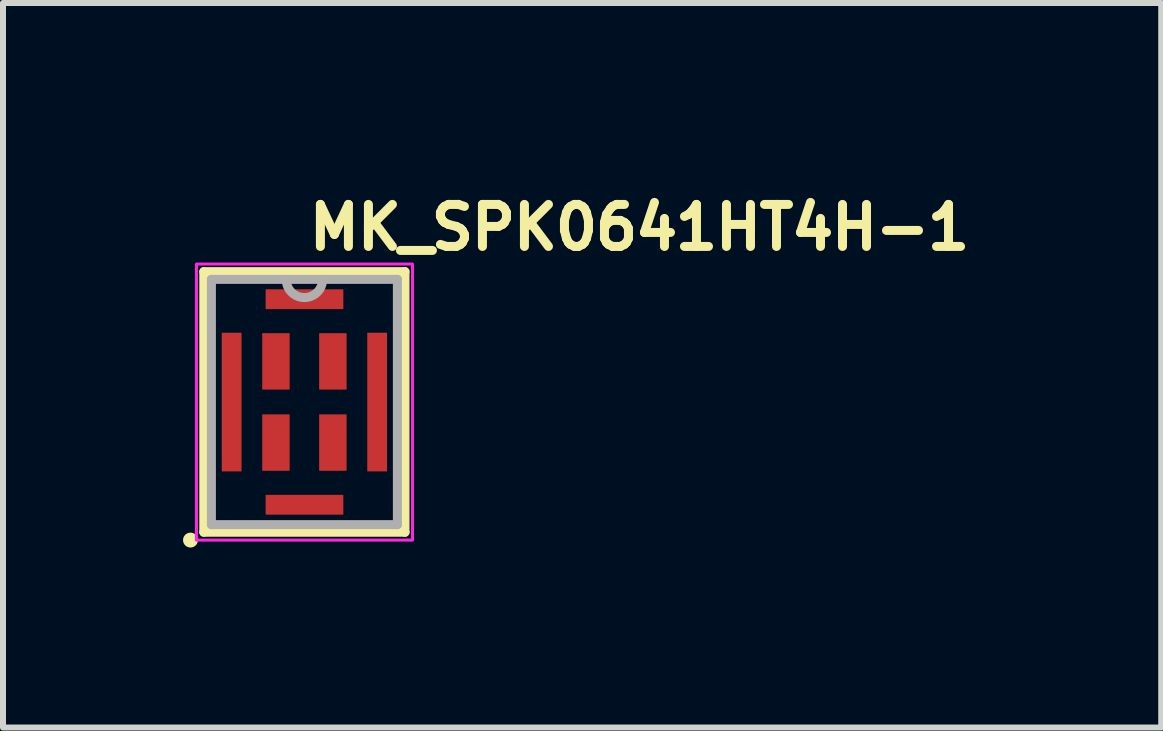
<source format=kicad_pcb>
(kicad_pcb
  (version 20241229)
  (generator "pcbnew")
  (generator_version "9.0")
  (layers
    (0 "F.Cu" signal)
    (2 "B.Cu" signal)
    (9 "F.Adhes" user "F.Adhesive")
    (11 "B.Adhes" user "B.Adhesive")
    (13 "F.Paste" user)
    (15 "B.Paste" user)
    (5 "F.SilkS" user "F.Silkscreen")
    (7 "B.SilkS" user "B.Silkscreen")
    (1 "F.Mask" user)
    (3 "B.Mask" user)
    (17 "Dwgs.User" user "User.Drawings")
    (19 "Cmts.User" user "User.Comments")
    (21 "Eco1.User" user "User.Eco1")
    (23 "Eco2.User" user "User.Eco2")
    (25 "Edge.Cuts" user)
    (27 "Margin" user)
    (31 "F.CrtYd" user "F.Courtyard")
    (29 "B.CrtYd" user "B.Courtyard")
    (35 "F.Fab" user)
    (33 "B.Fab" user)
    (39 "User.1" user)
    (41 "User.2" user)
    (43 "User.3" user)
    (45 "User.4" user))
  (footprint "MK_SPK0641HT4H-1"
    (layer "F.Cu")
    (at 2.024 3.65)
    (property "Reference" "MK_SPK0641HT4H-1" (at 0 -2.5 0) (unlocked yes) (layer "F.SilkS") (effects (font (size 0.7 0.7) (thickness 0.15)) (justify left bottom)))
    (attr smd)
    (fp_line (start -1.678 -2.173) (end -1.678 2.169) (stroke (width 0.15) (type solid)) (layer "F.SilkS"))
    (fp_line (start -1.678 2.169) (end 1.675 2.169) (stroke (width 0.15) (type solid)) (layer "F.SilkS"))
    (fp_line (start 1.675 -2.173) (end -1.678 -2.173) (stroke (width 0.15) (type solid)) (layer "F.SilkS"))
    (fp_line (start 1.675 2.169) (end 1.675 -2.173) (stroke (width 0.15) (type solid)) (layer "F.SilkS"))
    (fp_circle (center -1.9 2.3) (end -1.851 2.3) (stroke (width 0.15) (type solid)) (fill yes) (layer "F.SilkS"))
    (fp_rect (start -1.8 -2.3) (end 1.8 2.3) (stroke (width 0.05) (type solid)) (fill no) (layer "F.CrtYd"))
    (fp_line (start -1.551 -2.045) (end -1.551 2.043) (stroke (width 0.15) (type solid)) (layer "F.Fab"))
    (fp_line (start -1.551 2.043) (end 1.548 2.043) (stroke (width 0.15) (type solid)) (layer "F.Fab"))
    (fp_line (start 1.548 -2.045) (end -1.551 -2.045) (stroke (width 0.15) (type solid)) (layer "F.Fab"))
    (fp_line (start 1.548 2.043) (end 1.548 -2.045) (stroke (width 0.15) (type solid)) (layer "F.Fab"))
    (fp_arc (start 0.302 -2.045) (mid 0 -1.74) (end -0.305 -2.045) (stroke (width 0.15) (type solid)) (layer "F.Fab"))
    (fp_rect (start -1.5 -2) (end 1.499 1.999) (stroke (width 0.1) (type solid)) (fill no) (layer "User.5"))
    (fp_line (start -1.5 -2) (end 1.499 -2) (stroke (width 0.02) (type solid)) (layer "User.9"))
    (fp_line (start -1.5 1.999) (end -1.5 -2) (stroke (width 0.02) (type solid)) (layer "User.9"))
    (fp_line (start 1.499 -2) (end 1.499 1.999) (stroke (width 0.02) (type solid)) (layer "User.9"))
    (fp_line (start 1.499 1.999) (end -1.5 1.999) (stroke (width 0.02) (type solid)) (layer "User.9"))
    (pad "1" smd rect (at -0.476 0.675) (size 0.457 0.94) (layers "F.Cu" "F.Mask" "F.Paste"))
    (pad "2" smd rect (at -0.476 -0.678) (size 0.457 0.94) (layers "F.Cu" "F.Mask" "F.Paste"))
    (pad "3" smd rect (at 0.473 -0.678) (size 0.457 0.94) (layers "F.Cu" "F.Mask" "F.Paste"))
    (pad "4" smd rect (at 0.473 0.675) (size 0.457 0.94) (layers "F.Cu" "F.Mask" "F.Paste"))
    (pad "5" smd rect (at 0 1.711) (size 1.295 0.33) (layers "F.Cu" "F.Mask" "F.Paste"))
    (pad "6" smd rect (at -1.214 0) (size 0.33 2.311) (layers "F.Cu" "F.Mask" "F.Paste"))
    (pad "7" smd rect (at 0 -1.714) (size 1.295 0.33) (layers "F.Cu" "F.Mask" "F.Paste"))
    (pad "8" smd rect (at 1.211 0) (size 0.33 2.311) (layers "F.Cu" "F.Mask" "F.Paste")))
  (gr_rect
    (start -3 -3)
    (end 16.301 9.074)
    (stroke (width 0.1) (type default))
    (fill no)
    (layer "Edge.Cuts")))
</source>
